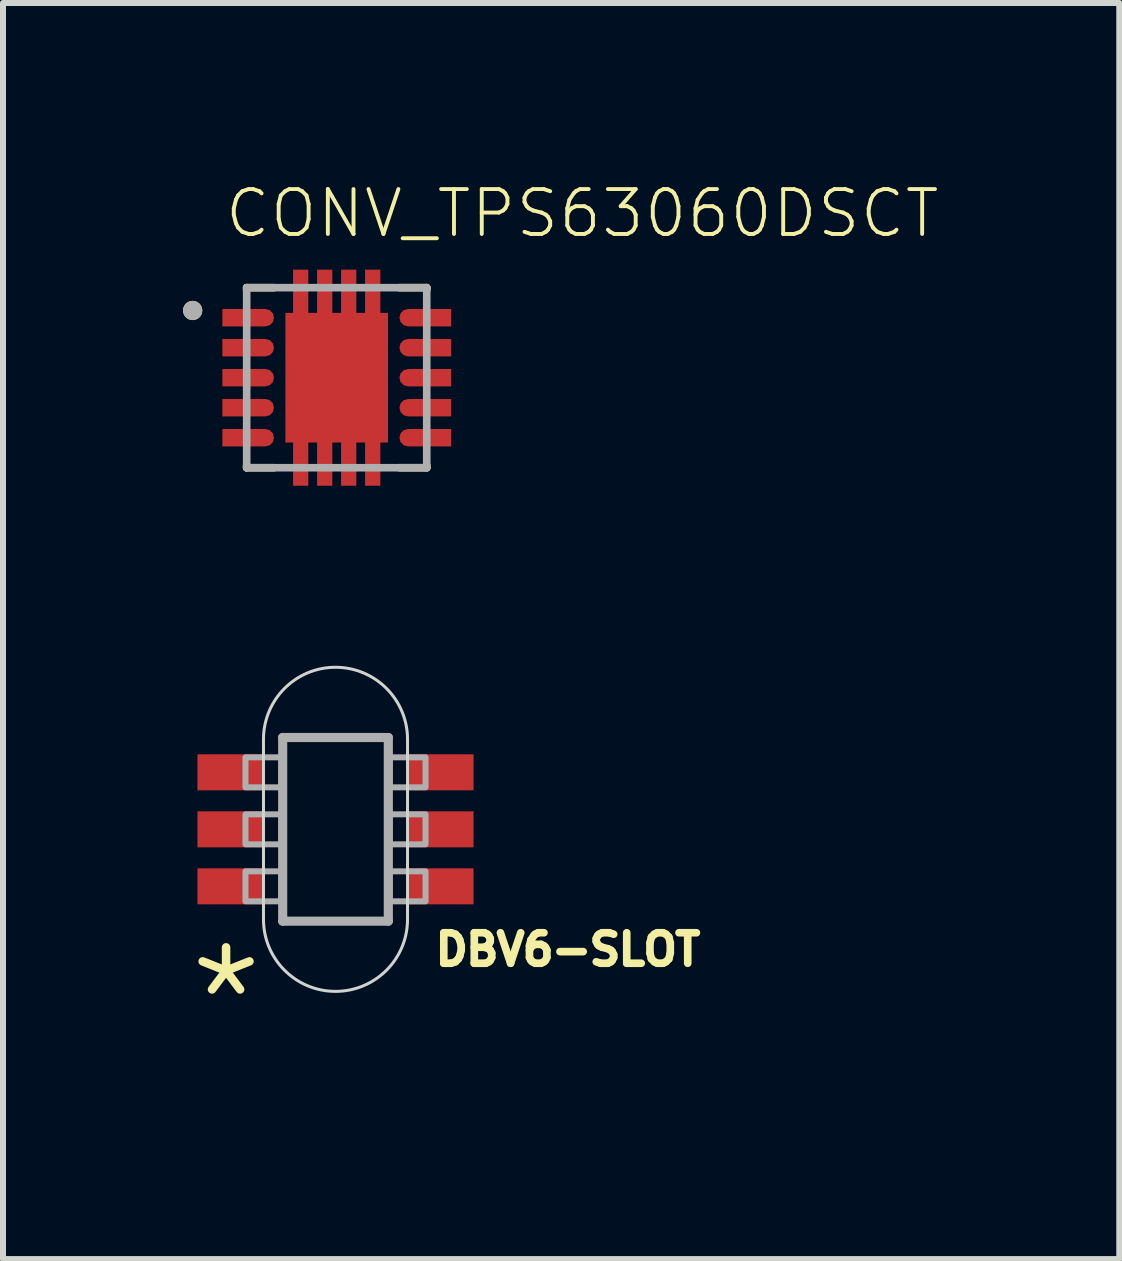
<source format=kicad_pcb>
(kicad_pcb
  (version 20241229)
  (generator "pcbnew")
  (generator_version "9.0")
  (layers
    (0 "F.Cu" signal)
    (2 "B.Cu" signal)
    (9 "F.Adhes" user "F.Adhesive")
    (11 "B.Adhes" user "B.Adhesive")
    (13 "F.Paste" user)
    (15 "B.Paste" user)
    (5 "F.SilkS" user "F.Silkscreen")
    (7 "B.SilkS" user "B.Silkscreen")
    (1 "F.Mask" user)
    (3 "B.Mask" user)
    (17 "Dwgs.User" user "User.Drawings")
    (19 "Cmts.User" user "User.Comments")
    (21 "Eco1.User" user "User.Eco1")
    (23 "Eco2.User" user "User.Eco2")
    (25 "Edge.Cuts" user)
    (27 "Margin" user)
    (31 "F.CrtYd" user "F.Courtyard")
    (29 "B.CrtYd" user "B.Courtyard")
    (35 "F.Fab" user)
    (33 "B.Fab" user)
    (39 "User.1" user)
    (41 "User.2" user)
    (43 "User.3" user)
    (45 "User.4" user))
  (footprint "CONV_TPS63060DSCT"
    (layer "F.Cu")
    (at 2.56 3.243)
    (property "Reference" "CONV_TPS63060DSCT" (at -1.9 -2.3 0) (layer "F.SilkS") (effects (font (size 0.748 0.748) (thickness 0.065)) (justify left bottom)))
    (fp_poly (pts (xy 0.902 1.156) (xy -0.902 1.156) (xy -0.902 -1.156) (xy 0.902 -1.156)) (stroke (width 0) (type default)) (fill yes) (layer "F.Mask"))
    (fp_poly (pts (xy -1.038 -1.153) (xy -0.991 -1.082) (xy -0.975 -0.999) (xy -1.037 -0.848) (xy -1.108 -0.801) (xy -1.19 -0.785) (xy -1.975 -0.785) (xy -1.975 -1.215) (xy -1.189 -1.215)) (stroke (width 0) (type default)) (fill yes) (layer "F.Mask"))
    (fp_poly (pts (xy -1.038 -0.653) (xy -0.991 -0.582) (xy -0.975 -0.499) (xy -1.037 -0.348) (xy -1.108 -0.301) (xy -1.19 -0.285) (xy -1.975 -0.285) (xy -1.975 -0.715) (xy -1.189 -0.715)) (stroke (width 0) (type default)) (fill yes) (layer "F.Mask"))
    (fp_poly (pts (xy -1.038 -0.153) (xy -0.991 -0.082) (xy -0.975 0.001) (xy -1.037 0.152) (xy -1.108 0.199) (xy -1.19 0.215) (xy -1.975 0.215) (xy -1.975 -0.215) (xy -1.189 -0.215)) (stroke (width 0) (type default)) (fill yes) (layer "F.Mask"))
    (fp_poly (pts (xy -1.038 0.347) (xy -0.991 0.418) (xy -0.975 0.501) (xy -1.037 0.652) (xy -1.108 0.699) (xy -1.19 0.715) (xy -1.975 0.715) (xy -1.975 0.285) (xy -1.189 0.285)) (stroke (width 0) (type default)) (fill yes) (layer "F.Mask"))
    (fp_poly (pts (xy -1.038 0.847) (xy -0.991 0.918) (xy -0.975 1.001) (xy -1.037 1.152) (xy -1.108 1.199) (xy -1.19 1.215) (xy -1.975 1.215) (xy -1.975 0.785) (xy -1.189 0.785)) (stroke (width 0) (type default)) (fill yes) (layer "F.Mask"))
    (fp_poly (pts (xy 1.975 -0.785) (xy 1.19 -0.785) (xy 1.108 -0.801) (xy 1.037 -0.848) (xy 0.975 -0.999) (xy 0.991 -1.082) (xy 1.038 -1.153) (xy 1.189 -1.215) (xy 1.975 -1.215)) (stroke (width 0) (type default)) (fill yes) (layer "F.Mask"))
    (fp_poly (pts (xy 1.975 -0.285) (xy 1.19 -0.285) (xy 1.108 -0.301) (xy 1.037 -0.348) (xy 0.975 -0.499) (xy 0.991 -0.582) (xy 1.038 -0.653) (xy 1.189 -0.715) (xy 1.975 -0.715)) (stroke (width 0) (type default)) (fill yes) (layer "F.Mask"))
    (fp_poly (pts (xy 1.975 0.215) (xy 1.19 0.215) (xy 1.108 0.199) (xy 1.037 0.152) (xy 0.975 0.001) (xy 0.991 -0.082) (xy 1.038 -0.153) (xy 1.189 -0.215) (xy 1.975 -0.215)) (stroke (width 0) (type default)) (fill yes) (layer "F.Mask"))
    (fp_poly (pts (xy 1.975 0.715) (xy 1.19 0.715) (xy 1.108 0.699) (xy 1.037 0.652) (xy 0.975 0.501) (xy 0.991 0.418) (xy 1.038 0.347) (xy 1.189 0.285) (xy 1.975 0.285)) (stroke (width 0) (type default)) (fill yes) (layer "F.Mask"))
    (fp_poly (pts (xy 1.975 1.215) (xy 1.19 1.215) (xy 1.108 1.199) (xy 1.037 1.152) (xy 0.975 1.001) (xy 0.991 0.918) (xy 1.038 0.847) (xy 1.189 0.785) (xy 1.975 0.785)) (stroke (width 0) (type default)) (fill yes) (layer "F.Mask"))
    (fp_line (start -1.5 -1.5) (end -1.5 -1.46) (stroke (width 0.127) (type solid)) (layer "F.SilkS"))
    (fp_line (start -1.5 -1.5) (end -1.045 -1.5) (stroke (width 0.127) (type solid)) (layer "F.SilkS"))
    (fp_line (start -1.5 1.5) (end -1.5 1.46) (stroke (width 0.127) (type solid)) (layer "F.SilkS"))
    (fp_line (start -1.5 1.5) (end -1.045 1.5) (stroke (width 0.127) (type solid)) (layer "F.SilkS"))
    (fp_line (start 1.045 -1.5) (end 1.5 -1.5) (stroke (width 0.127) (type solid)) (layer "F.SilkS"))
    (fp_line (start 1.045 1.5) (end 1.5 1.5) (stroke (width 0.127) (type solid)) (layer "F.SilkS"))
    (fp_line (start 1.5 -1.5) (end 1.5 -1.46) (stroke (width 0.127) (type solid)) (layer "F.SilkS"))
    (fp_line (start 1.5 1.5) (end 1.5 1.46) (stroke (width 0.127) (type solid)) (layer "F.SilkS"))
    (fp_circle (center -2.4 -1.12) (end -2.32 -1.12) (stroke (width 0.16) (type solid)) (fill no) (layer "F.SilkS"))
    (fp_poly (pts (xy -0.76 -0.11) (xy -0.11 -0.11) (xy -0.11 -1.01) (xy -0.76 -1.01)) (stroke (width 0) (type default)) (fill yes) (layer "F.Paste"))
    (fp_poly (pts (xy -0.76 1.01) (xy -0.11 1.01) (xy -0.11 0.11) (xy -0.76 0.11)) (stroke (width 0) (type default)) (fill yes) (layer "F.Paste"))
    (fp_poly (pts (xy -0.715 -1.16) (xy -0.485 -1.16) (xy -0.485 -1.76) (xy -0.715 -1.76)) (stroke (width 0) (type default)) (fill yes) (layer "F.Paste"))
    (fp_poly (pts (xy -0.715 1.76) (xy -0.485 1.76) (xy -0.485 1.16) (xy -0.715 1.16)) (stroke (width 0) (type default)) (fill yes) (layer "F.Paste"))
    (fp_poly (pts (xy -0.315 -1.16) (xy -0.085 -1.16) (xy -0.085 -1.76) (xy -0.315 -1.76)) (stroke (width 0) (type default)) (fill yes) (layer "F.Paste"))
    (fp_poly (pts (xy -0.315 1.76) (xy -0.085 1.76) (xy -0.085 1.16) (xy -0.315 1.16)) (stroke (width 0) (type default)) (fill yes) (layer "F.Paste"))
    (fp_poly (pts (xy 0.085 -1.16) (xy 0.315 -1.16) (xy 0.315 -1.76) (xy 0.085 -1.76)) (stroke (width 0) (type default)) (fill yes) (layer "F.Paste"))
    (fp_poly (pts (xy 0.085 1.76) (xy 0.315 1.76) (xy 0.315 1.16) (xy 0.085 1.16)) (stroke (width 0) (type default)) (fill yes) (layer "F.Paste"))
    (fp_poly (pts (xy 0.11 -0.11) (xy 0.76 -0.11) (xy 0.76 -1.01) (xy 0.11 -1.01)) (stroke (width 0) (type default)) (fill yes) (layer "F.Paste"))
    (fp_poly (pts (xy 0.11 1.01) (xy 0.76 1.01) (xy 0.76 0.11) (xy 0.11 0.11)) (stroke (width 0) (type default)) (fill yes) (layer "F.Paste"))
    (fp_poly (pts (xy 0.485 -1.16) (xy 0.715 -1.16) (xy 0.715 -1.76) (xy 0.485 -1.76)) (stroke (width 0) (type default)) (fill yes) (layer "F.Paste"))
    (fp_poly (pts (xy 0.485 1.76) (xy 0.715 1.76) (xy 0.715 1.16) (xy 0.485 1.16)) (stroke (width 0) (type default)) (fill yes) (layer "F.Paste"))
    (fp_poly (pts (xy -1.147 -1.109) (xy -1.094 -1.065) (xy -1.07 -1) (xy -1.094 -0.935) (xy -1.147 -0.891) (xy -1.215 -0.88) (xy -1.88 -0.88) (xy -1.88 -1.12) (xy -1.215 -1.12)) (stroke (width 0) (type default)) (fill yes) (layer "F.Paste"))
    (fp_poly (pts (xy -1.147 -0.609) (xy -1.094 -0.565) (xy -1.07 -0.5) (xy -1.094 -0.435) (xy -1.147 -0.391) (xy -1.215 -0.38) (xy -1.88 -0.38) (xy -1.88 -0.62) (xy -1.215 -0.62)) (stroke (width 0) (type default)) (fill yes) (layer "F.Paste"))
    (fp_poly (pts (xy -1.147 -0.109) (xy -1.094 -0.065) (xy -1.07 0) (xy -1.094 0.065) (xy -1.147 0.109) (xy -1.215 0.12) (xy -1.88 0.12) (xy -1.88 -0.12) (xy -1.215 -0.12)) (stroke (width 0) (type default)) (fill yes) (layer "F.Paste"))
    (fp_poly (pts (xy -1.147 0.391) (xy -1.094 0.435) (xy -1.07 0.5) (xy -1.094 0.565) (xy -1.147 0.609) (xy -1.215 0.62) (xy -1.88 0.62) (xy -1.88 0.38) (xy -1.215 0.38)) (stroke (width 0) (type default)) (fill yes) (layer "F.Paste"))
    (fp_poly (pts (xy -1.147 0.891) (xy -1.094 0.935) (xy -1.07 1) (xy -1.094 1.065) (xy -1.147 1.109) (xy -1.215 1.12) (xy -1.88 1.12) (xy -1.88 0.88) (xy -1.215 0.88)) (stroke (width 0) (type default)) (fill yes) (layer "F.Paste"))
    (fp_poly (pts (xy 1.88 -0.88) (xy 1.215 -0.88) (xy 1.147 -0.891) (xy 1.094 -0.935) (xy 1.07 -1) (xy 1.094 -1.065) (xy 1.147 -1.109) (xy 1.215 -1.12) (xy 1.88 -1.12)) (stroke (width 0) (type default)) (fill yes) (layer "F.Paste"))
    (fp_poly (pts (xy 1.88 -0.38) (xy 1.215 -0.38) (xy 1.147 -0.391) (xy 1.094 -0.435) (xy 1.07 -0.5) (xy 1.094 -0.565) (xy 1.147 -0.609) (xy 1.215 -0.62) (xy 1.88 -0.62)) (stroke (width 0) (type default)) (fill yes) (layer "F.Paste"))
    (fp_poly (pts (xy 1.88 0.12) (xy 1.215 0.12) (xy 1.147 0.109) (xy 1.094 0.065) (xy 1.07 0) (xy 1.094 -0.065) (xy 1.147 -0.109) (xy 1.215 -0.12) (xy 1.88 -0.12)) (stroke (width 0) (type default)) (fill yes) (layer "F.Paste"))
    (fp_poly (pts (xy 1.88 0.62) (xy 1.215 0.62) (xy 1.147 0.609) (xy 1.094 0.565) (xy 1.07 0.5) (xy 1.094 0.435) (xy 1.147 0.391) (xy 1.215 0.38) (xy 1.88 0.38)) (stroke (width 0) (type default)) (fill yes) (layer "F.Paste"))
    (fp_poly (pts (xy 1.88 1.12) (xy 1.215 1.12) (xy 1.147 1.109) (xy 1.094 1.065) (xy 1.07 1) (xy 1.094 0.935) (xy 1.147 0.891) (xy 1.215 0.88) (xy 1.88 0.88)) (stroke (width 0) (type default)) (fill yes) (layer "F.Paste"))
    (fp_line (start -1.5 -1.5) (end 1.5 -1.5) (stroke (width 0.127) (type solid)) (layer "F.Fab"))
    (fp_line (start -1.5 1.5) (end -1.5 -1.5) (stroke (width 0.127) (type solid)) (layer "F.Fab"))
    (fp_line (start 1.5 -1.5) (end 1.5 1.5) (stroke (width 0.127) (type solid)) (layer "F.Fab"))
    (fp_line (start 1.5 1.5) (end -1.5 1.5) (stroke (width 0.127) (type solid)) (layer "F.Fab"))
    (fp_circle (center -2.4 -1.12) (end -2.32 -1.12) (stroke (width 0.16) (type solid)) (fill no) (layer "F.Fab"))
    (pad "1" smd custom (at -1.475 -1) (size 0.5 0.2) (layers "F.Cu") (options (anchor rect)) (primitives (gr_poly (pts (xy 0.358 -0.126) (xy 0.411 -0.073) (xy 0.43 0) (xy 0.411 0.073) (xy 0.358 0.126) (xy 0.286 0.145) (xy -0.43 0.145) (xy -0.43 -0.145) (xy 0.286 -0.145)) (width 0) (fill yes))))
    (pad "2" smd custom (at -1.475 -0.5) (size 0.5 0.2) (layers "F.Cu") (options (anchor rect)) (primitives (gr_poly (pts (xy 0.358 -0.126) (xy 0.411 -0.073) (xy 0.43 0) (xy 0.411 0.073) (xy 0.358 0.126) (xy 0.286 0.145) (xy -0.43 0.145) (xy -0.43 -0.145) (xy 0.286 -0.145)) (width 0) (fill yes))))
    (pad "3" smd custom (at -1.475 0) (size 0.5 0.2) (layers "F.Cu") (options (anchor rect)) (primitives (gr_poly (pts (xy 0.358 -0.126) (xy 0.411 -0.073) (xy 0.43 0) (xy 0.411 0.073) (xy 0.358 0.126) (xy 0.286 0.145) (xy -0.43 0.145) (xy -0.43 -0.145) (xy 0.286 -0.145)) (width 0) (fill yes))))
    (pad "4" smd custom (at -1.475 0.5) (size 0.5 0.2) (layers "F.Cu") (options (anchor rect)) (primitives (gr_poly (pts (xy 0.358 -0.126) (xy 0.411 -0.073) (xy 0.43 0) (xy 0.411 0.073) (xy 0.358 0.126) (xy 0.286 0.145) (xy -0.43 0.145) (xy -0.43 -0.145) (xy 0.286 -0.145)) (width 0) (fill yes))))
    (pad "5" smd custom (at -1.475 1) (size 0.5 0.2) (layers "F.Cu") (options (anchor rect)) (primitives (gr_poly (pts (xy 0.358 -0.126) (xy 0.411 -0.073) (xy 0.43 0) (xy 0.411 0.073) (xy 0.358 0.126) (xy 0.286 0.145) (xy -0.43 0.145) (xy -0.43 -0.145) (xy 0.286 -0.145)) (width 0) (fill yes))))
    (pad "6" smd custom (at 1.475 1 180) (size 0.5 0.2) (layers "F.Cu") (options (anchor rect)) (primitives (gr_poly (pts (xy -0.43 -0.145) (xy 0.286 -0.145) (xy 0.358 -0.126) (xy 0.411 -0.073) (xy 0.43 0) (xy 0.411 0.073) (xy 0.358 0.126) (xy 0.286 0.145) (xy -0.43 0.145)) (width 0) (fill yes))))
    (pad "7" smd custom (at 1.475 0.5 180) (size 0.5 0.2) (layers "F.Cu") (options (anchor rect)) (primitives (gr_poly (pts (xy -0.43 -0.145) (xy 0.286 -0.145) (xy 0.358 -0.126) (xy 0.411 -0.073) (xy 0.43 0) (xy 0.411 0.073) (xy 0.358 0.126) (xy 0.286 0.145) (xy -0.43 0.145)) (width 0) (fill yes))))
    (pad "8" smd custom (at 1.475 0 180) (size 0.5 0.2) (layers "F.Cu") (options (anchor rect)) (primitives (gr_poly (pts (xy -0.43 -0.145) (xy 0.286 -0.145) (xy 0.358 -0.126) (xy 0.411 -0.073) (xy 0.43 0) (xy 0.411 0.073) (xy 0.358 0.126) (xy 0.286 0.145) (xy -0.43 0.145)) (width 0) (fill yes))))
    (pad "9" smd custom (at 1.475 -0.5 180) (size 0.5 0.2) (layers "F.Cu") (options (anchor rect)) (primitives (gr_poly (pts (xy -0.43 -0.145) (xy 0.286 -0.145) (xy 0.358 -0.126) (xy 0.411 -0.073) (xy 0.43 0) (xy 0.411 0.073) (xy 0.358 0.126) (xy 0.286 0.145) (xy -0.43 0.145)) (width 0) (fill yes))))
    (pad "10" smd custom (at 1.475 -1 180) (size 0.5 0.2) (layers "F.Cu") (options (anchor rect)) (primitives (gr_poly (pts (xy -0.43 -0.145) (xy 0.286 -0.145) (xy 0.358 -0.126) (xy 0.411 -0.073) (xy 0.43 0) (xy 0.411 0.073) (xy 0.358 0.126) (xy 0.286 0.145) (xy -0.43 0.145)) (width 0) (fill yes))))
    (pad "11" smd custom (at 0 0) (size 0.5 0.5) (layers "F.Cu") (options (anchor rect)) (primitives (gr_poly (pts (xy 0.855 1.08) (xy -0.855 1.08) (xy -0.855 -1.08) (xy 0.855 -1.08)) (width 0) (fill yes))))
    (pad "12" smd rect (at -0.6 -1.4) (size 0.254 0.8) (layers "F.Cu" "F.Mask" "F.Paste"))
    (pad "13" smd rect (at -0.2 -1.4) (size 0.254 0.8) (layers "F.Cu" "F.Mask" "F.Paste"))
    (pad "14" smd rect (at 0.2 -1.4) (size 0.254 0.8) (layers "F.Cu" "F.Mask" "F.Paste"))
    (pad "15" smd rect (at 0.6 -1.4) (size 0.254 0.8) (layers "F.Cu" "F.Mask" "F.Paste"))
    (pad "16" smd rect (at -0.6 1.4) (size 0.254 0.8) (layers "F.Cu" "F.Mask" "F.Paste"))
    (pad "17" smd rect (at -0.2 1.4) (size 0.254 0.8) (layers "F.Cu" "F.Mask" "F.Paste"))
    (pad "18" smd rect (at 0.2 1.4) (size 0.254 0.8) (layers "F.Cu" "F.Mask" "F.Paste"))
    (pad "19" smd rect (at 0.6 1.4) (size 0.254 0.8) (layers "F.Cu" "F.Mask" "F.Paste")))
  (footprint "DBV6-SLOT"
    (layer "F.Cu")
    (at 2.54 10.768)
    (property "Reference" "DBV6-SLOT" (at 1.6 2.3 0) (layer "F.SilkS") (effects (font (size 0.508 0.508) (thickness 0.127)) (justify left bottom)))
    (fp_line (start -1.2 -1.5) (end -1.2 1.5) (stroke (width 0.05) (type solid)) (layer "Edge.Cuts"))
    (fp_line (start 1.2 1.5) (end 1.2 -1.5) (stroke (width 0.05) (type solid)) (layer "Edge.Cuts"))
    (fp_arc (start -1.2 -1.5) (mid 0 -2.7) (end 1.2 -1.5) (stroke (width 0.05) (type solid)) (layer "Edge.Cuts"))
    (fp_arc (start 1.2 1.5) (mid 0 2.7) (end -1.2 1.5) (stroke (width 0.05) (type solid)) (layer "Edge.Cuts"))
    (fp_line (start -0.88 -1.53) (end -0.88 1.53) (stroke (width 0.152) (type solid)) (layer "F.Fab"))
    (fp_line (start -0.88 1.53) (end 0.88 1.53) (stroke (width 0.152) (type solid)) (layer "F.Fab"))
    (fp_line (start 0.88 -1.53) (end -0.88 -1.53) (stroke (width 0.152) (type solid)) (layer "F.Fab"))
    (fp_line (start 0.88 1.53) (end 0.88 -1.53) (stroke (width 0.152) (type solid)) (layer "F.Fab"))
    (fp_poly (pts (xy -1.5 -0.7) (xy -0.9 -0.7) (xy -0.9 -1.2) (xy -1.5 -1.2)) (stroke (width 0.1) (type default)) (fill no) (layer "F.Fab"))
    (fp_poly (pts (xy -1.5 0.25) (xy -0.9 0.25) (xy -0.9 -0.25) (xy -1.5 -0.25)) (stroke (width 0.1) (type default)) (fill no) (layer "F.Fab"))
    (fp_poly (pts (xy -1.5 1.2) (xy -0.9 1.2) (xy -0.9 0.7) (xy -1.5 0.7)) (stroke (width 0.1) (type default)) (fill no) (layer "F.Fab"))
    (fp_poly (pts (xy 0.9 -0.7) (xy 1.5 -0.7) (xy 1.5 -1.2) (xy 0.9 -1.2)) (stroke (width 0.1) (type default)) (fill no) (layer "F.Fab"))
    (fp_poly (pts (xy 0.9 0.25) (xy 1.5 0.25) (xy 1.5 -0.25) (xy 0.9 -0.25)) (stroke (width 0.1) (type default)) (fill no) (layer "F.Fab"))
    (fp_poly (pts (xy 0.9 1.2) (xy 1.5 1.2) (xy 1.5 0.7) (xy 0.9 0.7)) (stroke (width 0.1) (type default)) (fill no) (layer "F.Fab"))
    (fp_text user "*" (at -2.54 3.81 0) (layer "F.SilkS") (effects (font (size 1.636 1.636) (thickness 0.142)) (justify left bottom)))
    (pad "1" smd rect (at 1.75 -0.95) (size 1.1 0.6) (layers "F.Cu" "F.Mask" "F.Paste"))
    (pad "2" smd rect (at 1.75 0) (size 1.1 0.6) (layers "F.Cu" "F.Mask" "F.Paste"))
    (pad "3" smd rect (at 1.75 0.95) (size 1.1 0.6) (layers "F.Cu" "F.Mask" "F.Paste"))
    (pad "4" smd rect (at -1.75 0.95) (size 1.1 0.6) (layers "F.Cu" "F.Mask" "F.Paste"))
    (pad "5" smd rect (at -1.75 0) (size 1.1 0.6) (layers "F.Cu" "F.Mask" "F.Paste"))
    (pad "6" smd rect (at -1.75 -0.95) (size 1.1 0.6) (layers "F.Cu" "F.Mask" "F.Paste"))
    (zone (net_name "") (layers "F.Cu" "B.Cu" "Edge.Cuts") (hatch none 0.5) (connect_pads) (min_thickness 0.25) (filled_areas_thickness no) (keepout (tracks not_allowed) (vias not_allowed) (pads not_allowed) (copperpour not_allowed) (footprints allowed)) (placement (enabled no)) (fill) (polygon (pts (arc (start 1.34 9.267848) (mid 2.54 8.067848) (end 3.74 9.267848)) (arc (start 3.74 12.267848) (mid 2.54 13.467848) (end 1.34 12.267848))))))
  (gr_rect
    (start -3 -3)
    (end 15.599 17.928)
    (stroke (width 0.1) (type default))
    (fill no)
    (layer "Edge.Cuts")))
</source>
